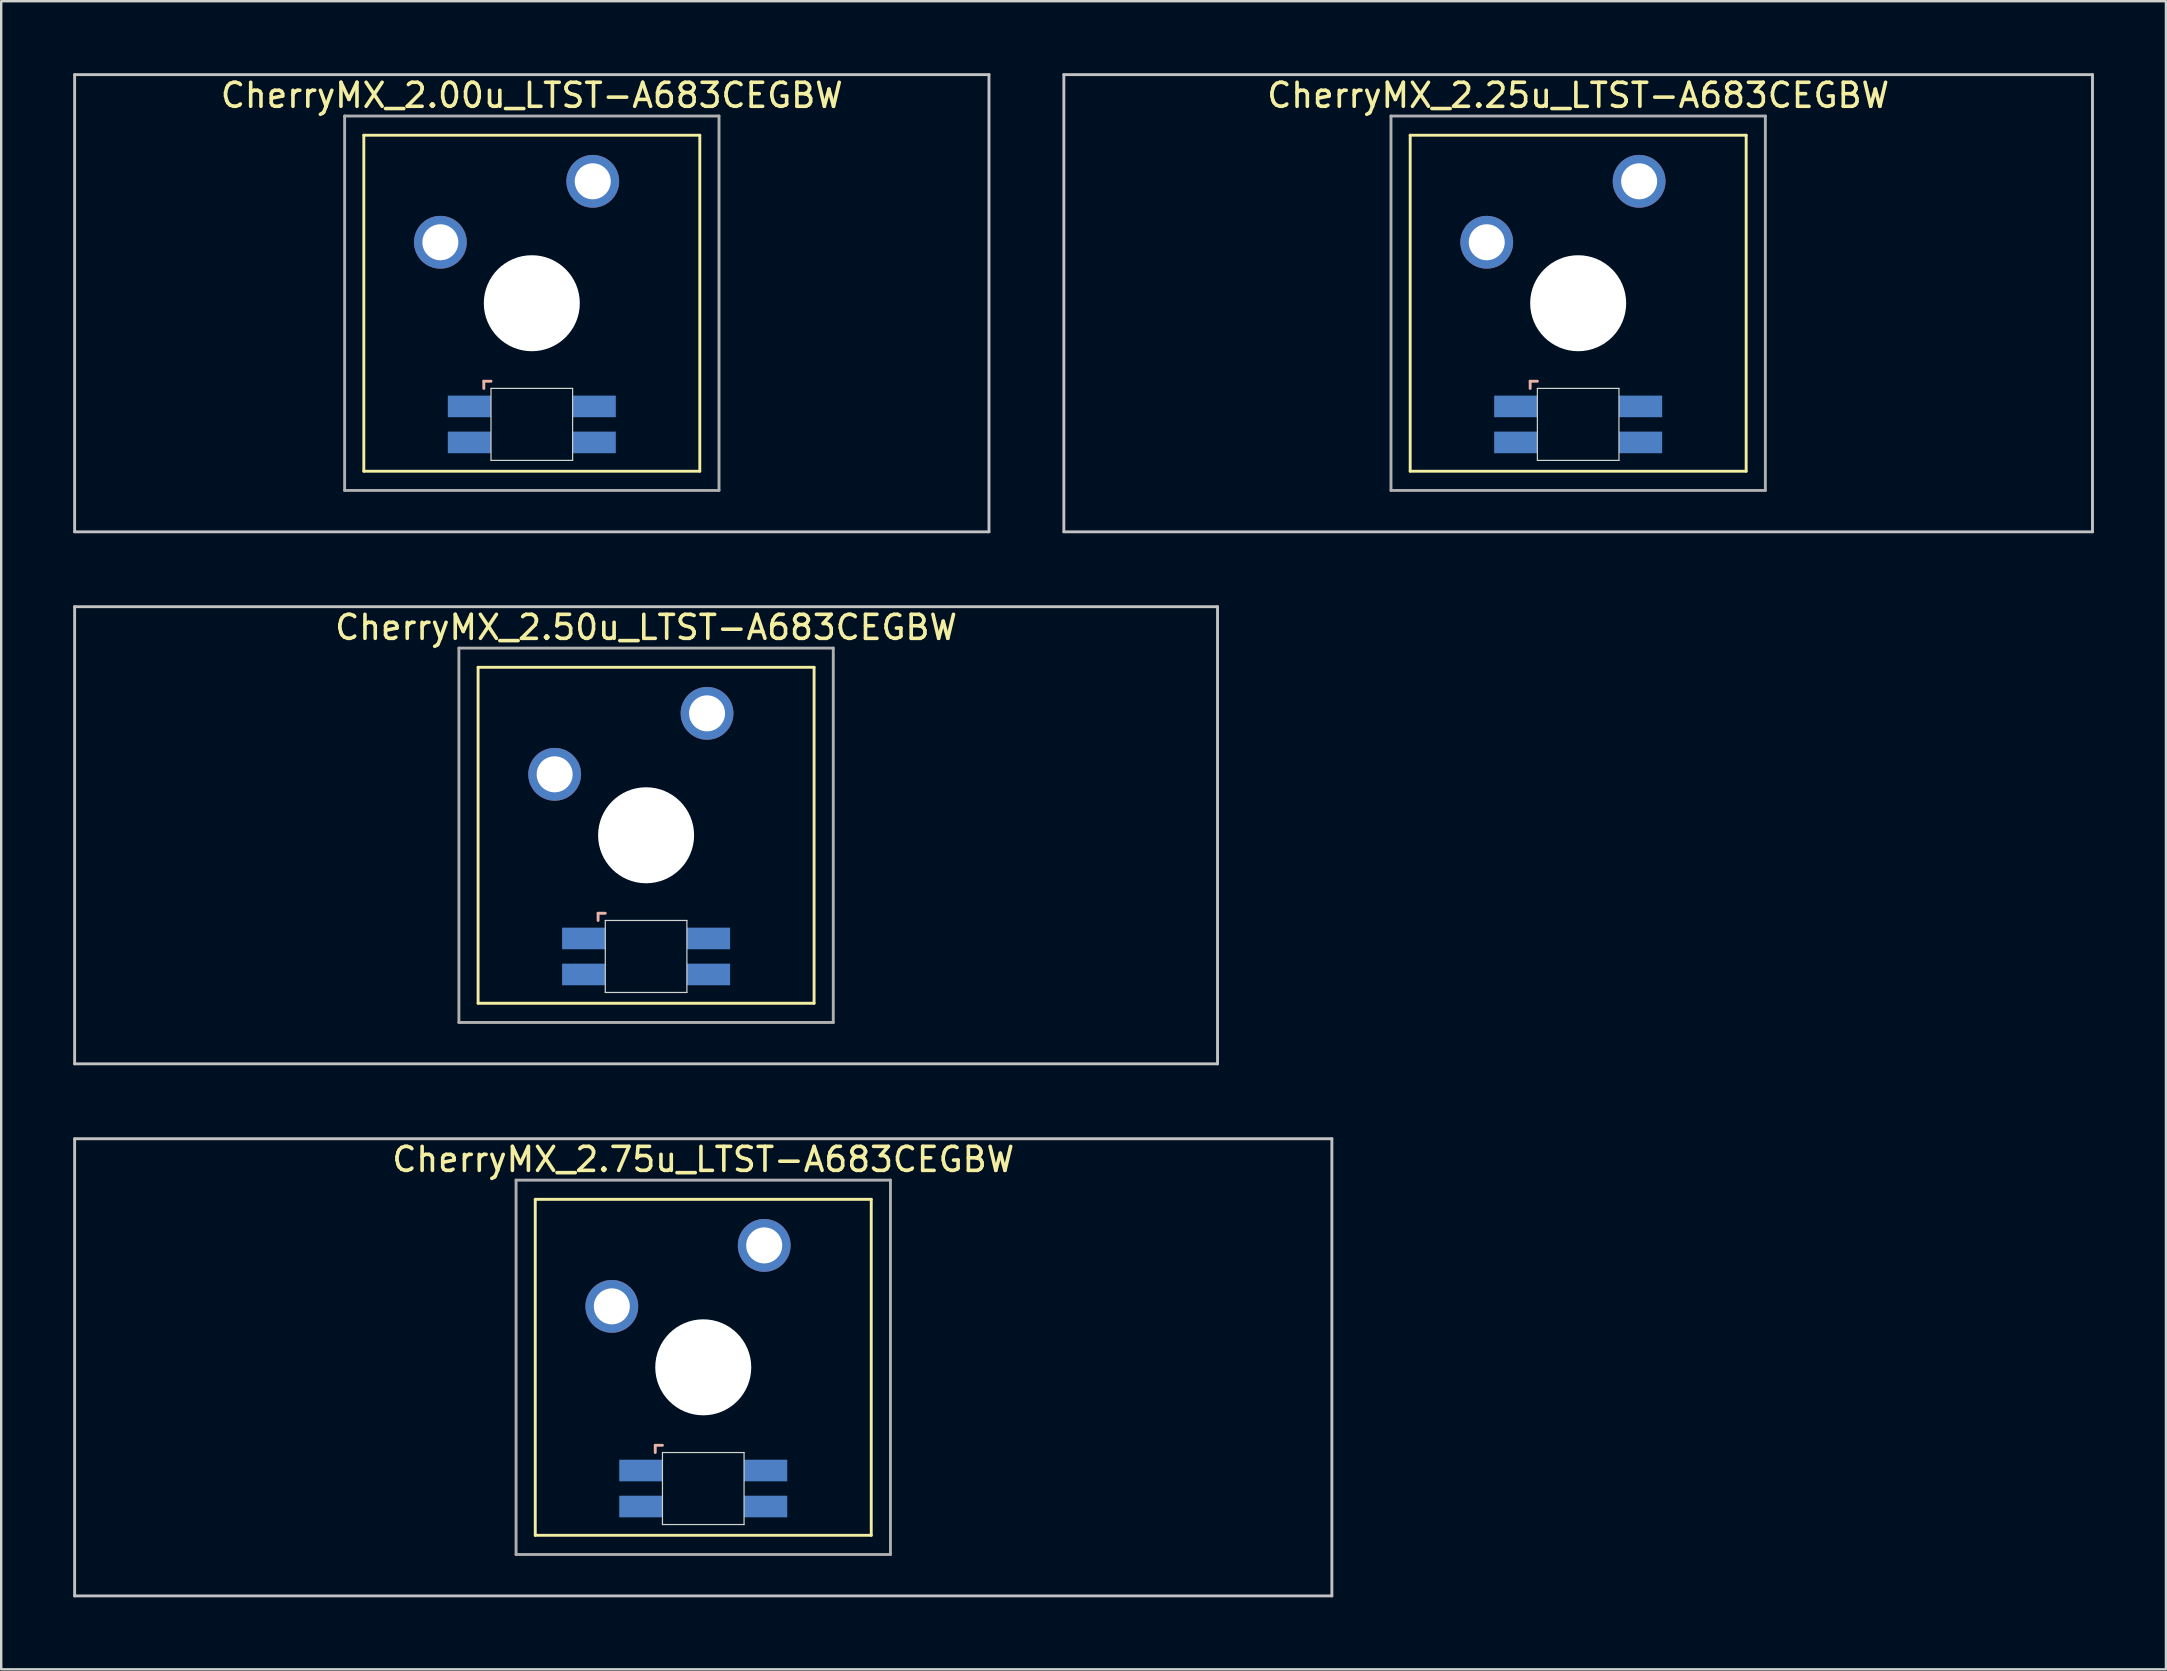
<source format=kicad_pcb>
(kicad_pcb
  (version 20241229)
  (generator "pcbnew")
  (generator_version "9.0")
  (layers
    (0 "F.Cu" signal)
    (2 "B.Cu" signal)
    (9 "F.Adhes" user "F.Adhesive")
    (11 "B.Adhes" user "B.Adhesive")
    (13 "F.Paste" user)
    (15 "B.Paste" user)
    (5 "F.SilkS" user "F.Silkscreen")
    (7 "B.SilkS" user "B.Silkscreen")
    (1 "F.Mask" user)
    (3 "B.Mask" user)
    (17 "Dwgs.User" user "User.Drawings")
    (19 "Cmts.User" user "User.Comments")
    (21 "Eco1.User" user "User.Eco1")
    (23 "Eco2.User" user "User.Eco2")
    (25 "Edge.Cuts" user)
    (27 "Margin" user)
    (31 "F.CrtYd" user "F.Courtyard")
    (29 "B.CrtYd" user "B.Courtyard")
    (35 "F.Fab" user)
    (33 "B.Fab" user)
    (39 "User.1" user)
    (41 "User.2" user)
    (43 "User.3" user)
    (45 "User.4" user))
  (footprint "CherryMX_2.75u_LTST-A683CEGBW"
    (layer "F.Cu")
    (at 26.254 53.925)
    (property "Reference" "CherryMX_2.75u_LTST-A683CEGBW" (at 0 -8.662 0) (layer "F.SilkS") (effects (font (size 1 1) (thickness 0.15))))
    (attr through_hole)
    (fp_line (start -7 -7) (end -7 7) (stroke (width 0.12) (type solid)) (layer "F.SilkS"))
    (fp_line (start -7 -7) (end 7 -7) (stroke (width 0.12) (type solid)) (layer "F.SilkS"))
    (fp_line (start 7 -7) (end 7 7) (stroke (width 0.12) (type solid)) (layer "F.SilkS"))
    (fp_line (start 7 7) (end -7 7) (stroke (width 0.12) (type solid)) (layer "F.SilkS"))
    (fp_line (start -2 3.25) (end -2 3.55) (stroke (width 0.12) (type solid)) (layer "B.SilkS"))
    (fp_line (start -1.7 3.25) (end -2 3.25) (stroke (width 0.12) (type solid)) (layer "B.SilkS"))
    (fp_line (start -26.194 -9.525) (end 26.194 -9.525) (stroke (width 0.12) (type solid)) (layer "Dwgs.User"))
    (fp_line (start -26.194 9.525) (end -26.194 -9.525) (stroke (width 0.12) (type solid)) (layer "Dwgs.User"))
    (fp_line (start 26.194 -9.525) (end 26.194 9.525) (stroke (width 0.12) (type solid)) (layer "Dwgs.User"))
    (fp_line (start 26.194 9.525) (end -26.194 9.525) (stroke (width 0.12) (type solid)) (layer "Dwgs.User"))
    (fp_line (start -1.7 3.55) (end 1.7 3.55) (stroke (width 0.05) (type solid)) (layer "Edge.Cuts"))
    (fp_line (start -1.7 6.55) (end -1.7 3.55) (stroke (width 0.05) (type solid)) (layer "Edge.Cuts"))
    (fp_line (start 1.7 3.55) (end 1.7 6.55) (stroke (width 0.05) (type solid)) (layer "Edge.Cuts"))
    (fp_line (start 1.7 6.55) (end -1.7 6.55) (stroke (width 0.05) (type solid)) (layer "Edge.Cuts"))
    (fp_line (start -7.8 -7.8) (end -7.8 7.8) (stroke (width 0.12) (type solid)) (layer "F.Fab"))
    (fp_line (start -7.8 -7.8) (end 7.8 -7.8) (stroke (width 0.12) (type solid)) (layer "F.Fab"))
    (fp_line (start -7.8 7.8) (end 7.8 7.8) (stroke (width 0.12) (type solid)) (layer "F.Fab"))
    (fp_line (start 7.8 -7.8) (end 7.8 7.8) (stroke (width 0.12) (type solid)) (layer "F.Fab"))
    (pad "" np_thru_hole circle (at 0 0) (size 4 4) (drill 4) (layers "*.Cu" "*.Mask"))
    (pad "1" thru_hole circle (at -3.81 -2.54) (size 2.2 2.2) (drill 1.5) (layers "*.Cu" "*.Mask"))
    (pad "2" thru_hole circle (at 2.54 -5.08) (size 2.2 2.2) (drill 1.5) (layers "*.Cu" "*.Mask"))
    (pad "3" smd rect (at -2.6 4.3) (size 1.8 0.9) (layers "B.Cu" "B.Mask" "B.Paste"))
    (pad "4" smd rect (at -2.6 5.8) (size 1.8 0.9) (layers "B.Cu" "B.Mask" "B.Paste"))
    (pad "5" smd rect (at 2.6 4.3) (size 1.8 0.9) (layers "B.Cu" "B.Mask" "B.Paste"))
    (pad "6" smd rect (at 2.6 5.8) (size 1.8 0.9) (layers "B.Cu" "B.Mask" "B.Paste")))
  (footprint "CherryMX_2.00u_LTST-A683CEGBW"
    (layer "F.Cu")
    (at 19.11 9.585)
    (property "Reference" "CherryMX_2.00u_LTST-A683CEGBW" (at 0 -8.662 0) (layer "F.SilkS") (effects (font (size 1 1) (thickness 0.15))))
    (attr through_hole)
    (fp_line (start -7 -7) (end -7 7) (stroke (width 0.12) (type solid)) (layer "F.SilkS"))
    (fp_line (start -7 -7) (end 7 -7) (stroke (width 0.12) (type solid)) (layer "F.SilkS"))
    (fp_line (start 7 -7) (end 7 7) (stroke (width 0.12) (type solid)) (layer "F.SilkS"))
    (fp_line (start 7 7) (end -7 7) (stroke (width 0.12) (type solid)) (layer "F.SilkS"))
    (fp_line (start -2 3.25) (end -2 3.55) (stroke (width 0.12) (type solid)) (layer "B.SilkS"))
    (fp_line (start -1.7 3.25) (end -2 3.25) (stroke (width 0.12) (type solid)) (layer "B.SilkS"))
    (fp_line (start -19.05 -9.525) (end 19.05 -9.525) (stroke (width 0.12) (type solid)) (layer "Dwgs.User"))
    (fp_line (start -19.05 9.525) (end -19.05 -9.525) (stroke (width 0.12) (type solid)) (layer "Dwgs.User"))
    (fp_line (start 19.05 -9.525) (end 19.05 9.525) (stroke (width 0.12) (type solid)) (layer "Dwgs.User"))
    (fp_line (start 19.05 9.525) (end -19.05 9.525) (stroke (width 0.12) (type solid)) (layer "Dwgs.User"))
    (fp_line (start -1.7 3.55) (end 1.7 3.55) (stroke (width 0.05) (type solid)) (layer "Edge.Cuts"))
    (fp_line (start -1.7 6.55) (end -1.7 3.55) (stroke (width 0.05) (type solid)) (layer "Edge.Cuts"))
    (fp_line (start 1.7 3.55) (end 1.7 6.55) (stroke (width 0.05) (type solid)) (layer "Edge.Cuts"))
    (fp_line (start 1.7 6.55) (end -1.7 6.55) (stroke (width 0.05) (type solid)) (layer "Edge.Cuts"))
    (fp_line (start -7.8 -7.8) (end -7.8 7.8) (stroke (width 0.12) (type solid)) (layer "F.Fab"))
    (fp_line (start -7.8 -7.8) (end 7.8 -7.8) (stroke (width 0.12) (type solid)) (layer "F.Fab"))
    (fp_line (start -7.8 7.8) (end 7.8 7.8) (stroke (width 0.12) (type solid)) (layer "F.Fab"))
    (fp_line (start 7.8 -7.8) (end 7.8 7.8) (stroke (width 0.12) (type solid)) (layer "F.Fab"))
    (pad "" np_thru_hole circle (at 0 0) (size 4 4) (drill 4) (layers "*.Cu" "*.Mask"))
    (pad "1" thru_hole circle (at -3.81 -2.54) (size 2.2 2.2) (drill 1.5) (layers "*.Cu" "*.Mask"))
    (pad "2" thru_hole circle (at 2.54 -5.08) (size 2.2 2.2) (drill 1.5) (layers "*.Cu" "*.Mask"))
    (pad "3" smd rect (at -2.6 4.3) (size 1.8 0.9) (layers "B.Cu" "B.Mask" "B.Paste"))
    (pad "4" smd rect (at -2.6 5.8) (size 1.8 0.9) (layers "B.Cu" "B.Mask" "B.Paste"))
    (pad "5" smd rect (at 2.6 4.3) (size 1.8 0.9) (layers "B.Cu" "B.Mask" "B.Paste"))
    (pad "6" smd rect (at 2.6 5.8) (size 1.8 0.9) (layers "B.Cu" "B.Mask" "B.Paste")))
  (footprint "CherryMX_2.25u_LTST-A683CEGBW"
    (layer "F.Cu")
    (at 62.711 9.585)
    (property "Reference" "CherryMX_2.25u_LTST-A683CEGBW" (at 0 -8.662 0) (layer "F.SilkS") (effects (font (size 1 1) (thickness 0.15))))
    (attr through_hole)
    (fp_line (start -7 -7) (end -7 7) (stroke (width 0.12) (type solid)) (layer "F.SilkS"))
    (fp_line (start -7 -7) (end 7 -7) (stroke (width 0.12) (type solid)) (layer "F.SilkS"))
    (fp_line (start 7 -7) (end 7 7) (stroke (width 0.12) (type solid)) (layer "F.SilkS"))
    (fp_line (start 7 7) (end -7 7) (stroke (width 0.12) (type solid)) (layer "F.SilkS"))
    (fp_line (start -2 3.25) (end -2 3.55) (stroke (width 0.12) (type solid)) (layer "B.SilkS"))
    (fp_line (start -1.7 3.25) (end -2 3.25) (stroke (width 0.12) (type solid)) (layer "B.SilkS"))
    (fp_line (start -21.431 -9.525) (end 21.431 -9.525) (stroke (width 0.12) (type solid)) (layer "Dwgs.User"))
    (fp_line (start -21.431 9.525) (end -21.431 -9.525) (stroke (width 0.12) (type solid)) (layer "Dwgs.User"))
    (fp_line (start 21.431 -9.525) (end 21.431 9.525) (stroke (width 0.12) (type solid)) (layer "Dwgs.User"))
    (fp_line (start 21.431 9.525) (end -21.431 9.525) (stroke (width 0.12) (type solid)) (layer "Dwgs.User"))
    (fp_line (start -1.7 3.55) (end 1.7 3.55) (stroke (width 0.05) (type solid)) (layer "Edge.Cuts"))
    (fp_line (start -1.7 6.55) (end -1.7 3.55) (stroke (width 0.05) (type solid)) (layer "Edge.Cuts"))
    (fp_line (start 1.7 3.55) (end 1.7 6.55) (stroke (width 0.05) (type solid)) (layer "Edge.Cuts"))
    (fp_line (start 1.7 6.55) (end -1.7 6.55) (stroke (width 0.05) (type solid)) (layer "Edge.Cuts"))
    (fp_line (start -7.8 -7.8) (end -7.8 7.8) (stroke (width 0.12) (type solid)) (layer "F.Fab"))
    (fp_line (start -7.8 -7.8) (end 7.8 -7.8) (stroke (width 0.12) (type solid)) (layer "F.Fab"))
    (fp_line (start -7.8 7.8) (end 7.8 7.8) (stroke (width 0.12) (type solid)) (layer "F.Fab"))
    (fp_line (start 7.8 -7.8) (end 7.8 7.8) (stroke (width 0.12) (type solid)) (layer "F.Fab"))
    (pad "" np_thru_hole circle (at 0 0) (size 4 4) (drill 4) (layers "*.Cu" "*.Mask"))
    (pad "1" thru_hole circle (at -3.81 -2.54) (size 2.2 2.2) (drill 1.5) (layers "*.Cu" "*.Mask"))
    (pad "2" thru_hole circle (at 2.54 -5.08) (size 2.2 2.2) (drill 1.5) (layers "*.Cu" "*.Mask"))
    (pad "3" smd rect (at -2.6 4.3) (size 1.8 0.9) (layers "B.Cu" "B.Mask" "B.Paste"))
    (pad "4" smd rect (at -2.6 5.8) (size 1.8 0.9) (layers "B.Cu" "B.Mask" "B.Paste"))
    (pad "5" smd rect (at 2.6 4.3) (size 1.8 0.9) (layers "B.Cu" "B.Mask" "B.Paste"))
    (pad "6" smd rect (at 2.6 5.8) (size 1.8 0.9) (layers "B.Cu" "B.Mask" "B.Paste")))
  (footprint "CherryMX_2.50u_LTST-A683CEGBW"
    (layer "F.Cu")
    (at 23.872 31.755)
    (property "Reference" "CherryMX_2.50u_LTST-A683CEGBW" (at 0 -8.662 0) (layer "F.SilkS") (effects (font (size 1 1) (thickness 0.15))))
    (attr through_hole)
    (fp_line (start -7 -7) (end -7 7) (stroke (width 0.12) (type solid)) (layer "F.SilkS"))
    (fp_line (start -7 -7) (end 7 -7) (stroke (width 0.12) (type solid)) (layer "F.SilkS"))
    (fp_line (start 7 -7) (end 7 7) (stroke (width 0.12) (type solid)) (layer "F.SilkS"))
    (fp_line (start 7 7) (end -7 7) (stroke (width 0.12) (type solid)) (layer "F.SilkS"))
    (fp_line (start -2 3.25) (end -2 3.55) (stroke (width 0.12) (type solid)) (layer "B.SilkS"))
    (fp_line (start -1.7 3.25) (end -2 3.25) (stroke (width 0.12) (type solid)) (layer "B.SilkS"))
    (fp_line (start -23.812 -9.525) (end 23.812 -9.525) (stroke (width 0.12) (type solid)) (layer "Dwgs.User"))
    (fp_line (start -23.812 9.525) (end -23.812 -9.525) (stroke (width 0.12) (type solid)) (layer "Dwgs.User"))
    (fp_line (start 23.812 -9.525) (end 23.812 9.525) (stroke (width 0.12) (type solid)) (layer "Dwgs.User"))
    (fp_line (start 23.812 9.525) (end -23.812 9.525) (stroke (width 0.12) (type solid)) (layer "Dwgs.User"))
    (fp_line (start -1.7 3.55) (end 1.7 3.55) (stroke (width 0.05) (type solid)) (layer "Edge.Cuts"))
    (fp_line (start -1.7 6.55) (end -1.7 3.55) (stroke (width 0.05) (type solid)) (layer "Edge.Cuts"))
    (fp_line (start 1.7 3.55) (end 1.7 6.55) (stroke (width 0.05) (type solid)) (layer "Edge.Cuts"))
    (fp_line (start 1.7 6.55) (end -1.7 6.55) (stroke (width 0.05) (type solid)) (layer "Edge.Cuts"))
    (fp_line (start -7.8 -7.8) (end -7.8 7.8) (stroke (width 0.12) (type solid)) (layer "F.Fab"))
    (fp_line (start -7.8 -7.8) (end 7.8 -7.8) (stroke (width 0.12) (type solid)) (layer "F.Fab"))
    (fp_line (start -7.8 7.8) (end 7.8 7.8) (stroke (width 0.12) (type solid)) (layer "F.Fab"))
    (fp_line (start 7.8 -7.8) (end 7.8 7.8) (stroke (width 0.12) (type solid)) (layer "F.Fab"))
    (pad "" np_thru_hole circle (at 0 0) (size 4 4) (drill 4) (layers "*.Cu" "*.Mask"))
    (pad "1" thru_hole circle (at -3.81 -2.54) (size 2.2 2.2) (drill 1.5) (layers "*.Cu" "*.Mask"))
    (pad "2" thru_hole circle (at 2.54 -5.08) (size 2.2 2.2) (drill 1.5) (layers "*.Cu" "*.Mask"))
    (pad "3" smd rect (at -2.6 4.3) (size 1.8 0.9) (layers "B.Cu" "B.Mask" "B.Paste"))
    (pad "4" smd rect (at -2.6 5.8) (size 1.8 0.9) (layers "B.Cu" "B.Mask" "B.Paste"))
    (pad "5" smd rect (at 2.6 4.3) (size 1.8 0.9) (layers "B.Cu" "B.Mask" "B.Paste"))
    (pad "6" smd rect (at 2.6 5.8) (size 1.8 0.9) (layers "B.Cu" "B.Mask" "B.Paste")))
  (gr_rect
    (start -3 -3)
    (end 87.203 66.51)
    (stroke (width 0.1) (type default))
    (fill no)
    (layer "Edge.Cuts")))
</source>
